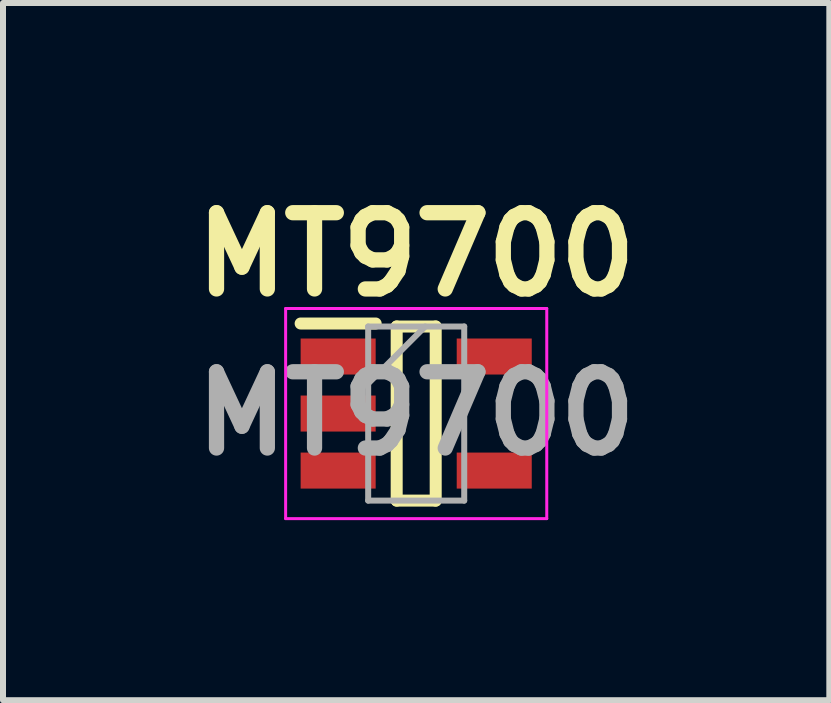
<source format=kicad_pcb>
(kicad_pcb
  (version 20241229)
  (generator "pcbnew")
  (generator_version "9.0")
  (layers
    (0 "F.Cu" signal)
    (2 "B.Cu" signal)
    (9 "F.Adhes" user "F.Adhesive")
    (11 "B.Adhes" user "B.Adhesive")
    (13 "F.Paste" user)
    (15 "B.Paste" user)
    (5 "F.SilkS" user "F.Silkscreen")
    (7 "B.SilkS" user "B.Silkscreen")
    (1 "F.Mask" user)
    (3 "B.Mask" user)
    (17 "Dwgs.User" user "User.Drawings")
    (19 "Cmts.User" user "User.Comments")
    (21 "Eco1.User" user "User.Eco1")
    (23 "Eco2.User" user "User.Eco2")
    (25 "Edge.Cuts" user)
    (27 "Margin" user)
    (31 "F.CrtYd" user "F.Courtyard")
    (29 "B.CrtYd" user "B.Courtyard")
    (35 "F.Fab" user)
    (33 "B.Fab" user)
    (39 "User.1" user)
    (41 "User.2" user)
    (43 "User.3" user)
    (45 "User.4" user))
  (footprint "MT9700"
    (layer "F.Cu")
    (at 3.883 3.839)
    (property "Reference" "MT9700" (at 0 -2.65 0) (layer "F.SilkS") (effects (font (size 1.27 1.27) (thickness 0.254))))
    (attr smd)
    (fp_line (start -1.925 -1.5) (end -0.675 -1.5) (stroke (width 0.2) (type solid)) (layer "F.SilkS"))
    (fp_line (start -0.325 -1.45) (end 0.325 -1.45) (stroke (width 0.2) (type solid)) (layer "F.SilkS"))
    (fp_line (start -0.325 1.45) (end -0.325 -1.45) (stroke (width 0.2) (type solid)) (layer "F.SilkS"))
    (fp_line (start 0.325 -1.45) (end 0.325 1.45) (stroke (width 0.2) (type solid)) (layer "F.SilkS"))
    (fp_line (start 0.325 1.45) (end -0.325 1.45) (stroke (width 0.2) (type solid)) (layer "F.SilkS"))
    (fp_line (start -2.175 -1.75) (end 2.175 -1.75) (stroke (width 0.05) (type solid)) (layer "F.CrtYd"))
    (fp_line (start -2.175 1.75) (end -2.175 -1.75) (stroke (width 0.05) (type solid)) (layer "F.CrtYd"))
    (fp_line (start 2.175 -1.75) (end 2.175 1.75) (stroke (width 0.05) (type solid)) (layer "F.CrtYd"))
    (fp_line (start 2.175 1.75) (end -2.175 1.75) (stroke (width 0.05) (type solid)) (layer "F.CrtYd"))
    (fp_line (start -0.8 -1.45) (end 0.8 -1.45) (stroke (width 0.1) (type solid)) (layer "F.Fab"))
    (fp_line (start -0.8 -0.5) (end 0.15 -1.45) (stroke (width 0.1) (type solid)) (layer "F.Fab"))
    (fp_line (start -0.8 1.45) (end -0.8 -1.45) (stroke (width 0.1) (type solid)) (layer "F.Fab"))
    (fp_line (start 0.8 -1.45) (end 0.8 1.45) (stroke (width 0.1) (type solid)) (layer "F.Fab"))
    (fp_line (start 0.8 1.45) (end -0.8 1.45) (stroke (width 0.1) (type solid)) (layer "F.Fab"))
    (fp_text user "${REFERENCE}" (at 0 0 0) (layer "F.Fab") (effects (font (size 1.27 1.27) (thickness 0.254))))
    (pad "1" smd rect (at -1.3 -0.95 90) (size 0.6 1.25) (layers "F.Cu" "F.Mask" "F.Paste"))
    (pad "2" smd rect (at -1.3 0 90) (size 0.6 1.25) (layers "F.Cu" "F.Mask" "F.Paste"))
    (pad "3" smd rect (at -1.3 0.95 90) (size 0.6 1.25) (layers "F.Cu" "F.Mask" "F.Paste"))
    (pad "4" smd rect (at 1.3 0.95 90) (size 0.6 1.25) (layers "F.Cu" "F.Mask" "F.Paste"))
    (pad "5" smd rect (at 1.3 -0.95 90) (size 0.6 1.25) (layers "F.Cu" "F.Mask" "F.Paste")))
  (gr_rect
    (start -3 -3)
    (end 10.765 8.614)
    (stroke (width 0.1) (type default))
    (fill no)
    (layer "Edge.Cuts")))
</source>
